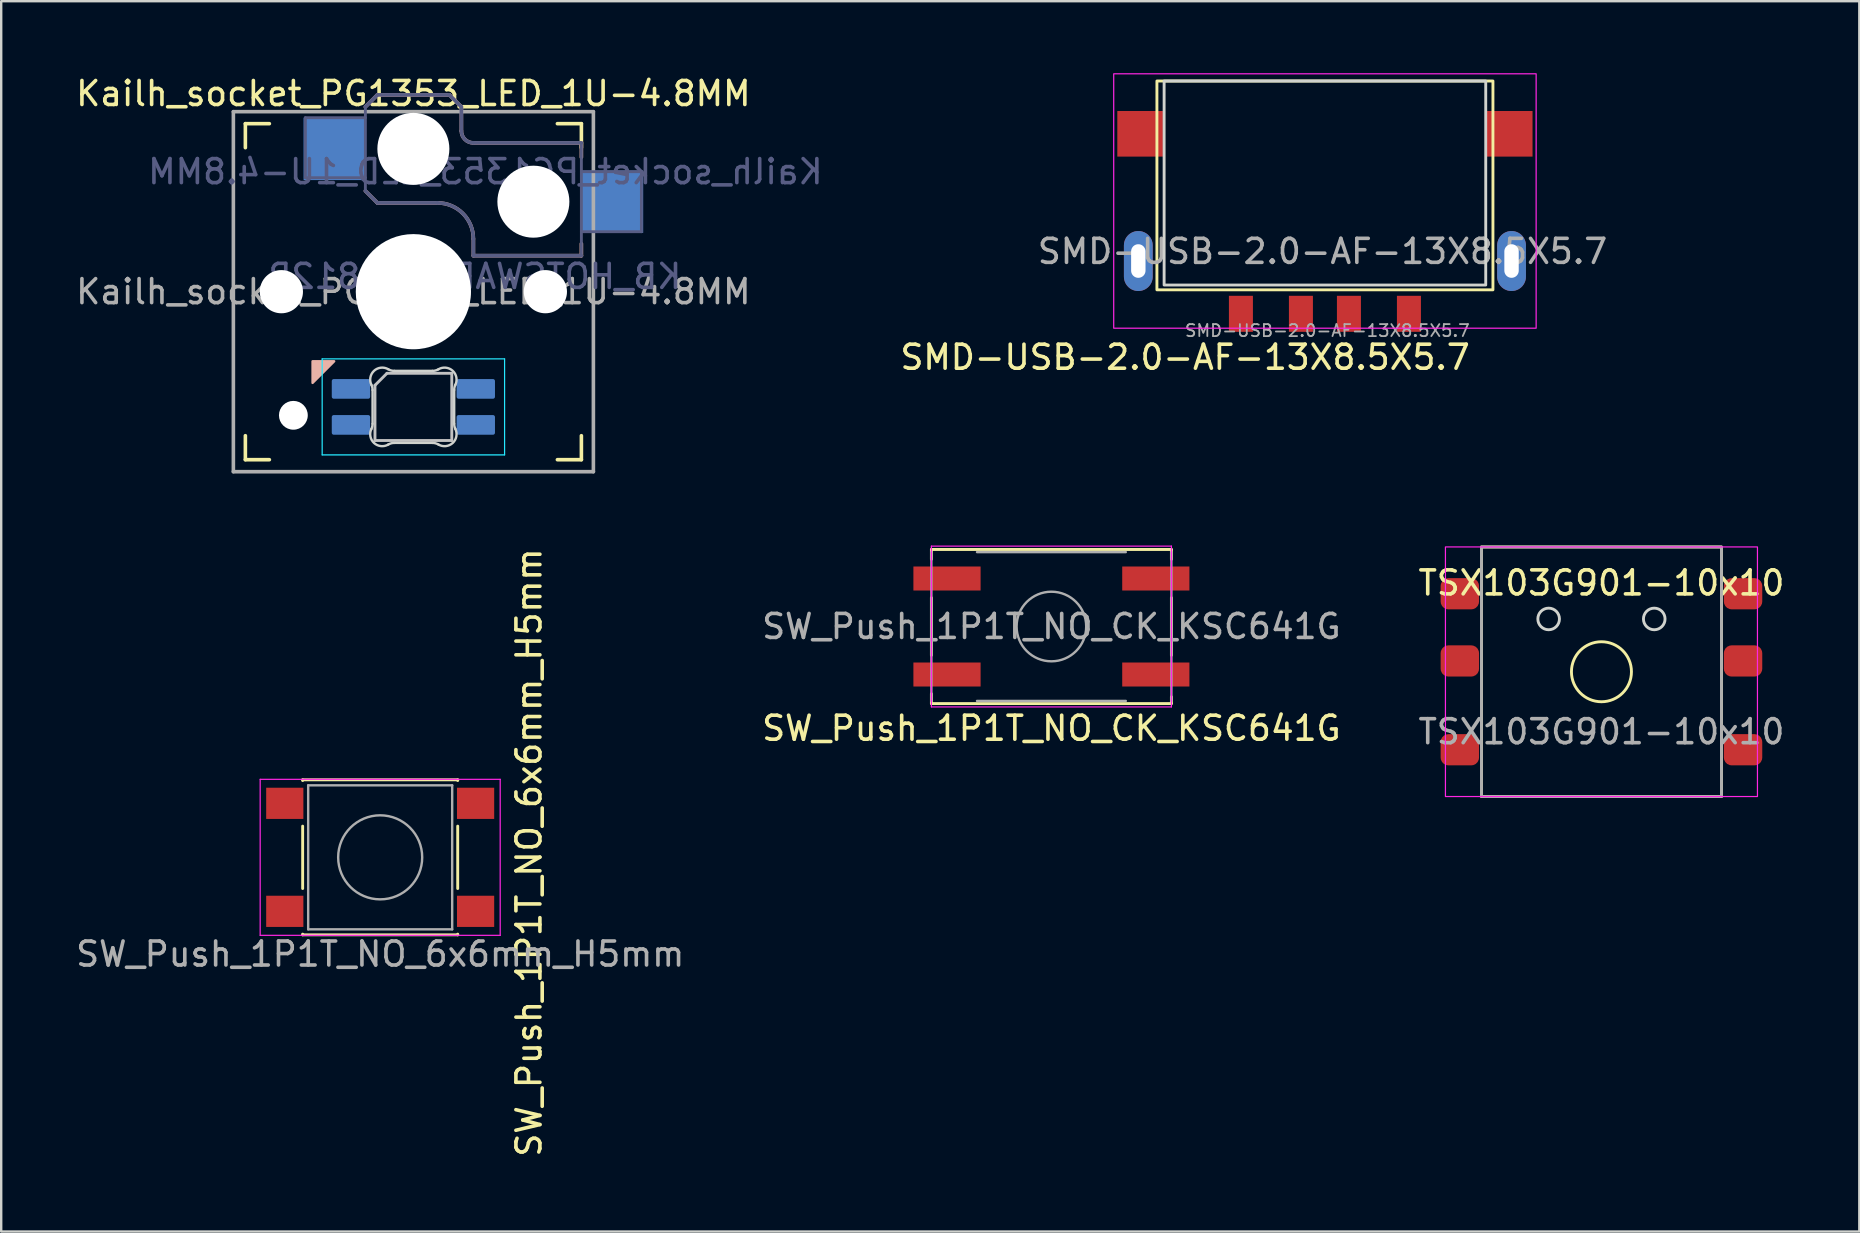
<source format=kicad_pcb>
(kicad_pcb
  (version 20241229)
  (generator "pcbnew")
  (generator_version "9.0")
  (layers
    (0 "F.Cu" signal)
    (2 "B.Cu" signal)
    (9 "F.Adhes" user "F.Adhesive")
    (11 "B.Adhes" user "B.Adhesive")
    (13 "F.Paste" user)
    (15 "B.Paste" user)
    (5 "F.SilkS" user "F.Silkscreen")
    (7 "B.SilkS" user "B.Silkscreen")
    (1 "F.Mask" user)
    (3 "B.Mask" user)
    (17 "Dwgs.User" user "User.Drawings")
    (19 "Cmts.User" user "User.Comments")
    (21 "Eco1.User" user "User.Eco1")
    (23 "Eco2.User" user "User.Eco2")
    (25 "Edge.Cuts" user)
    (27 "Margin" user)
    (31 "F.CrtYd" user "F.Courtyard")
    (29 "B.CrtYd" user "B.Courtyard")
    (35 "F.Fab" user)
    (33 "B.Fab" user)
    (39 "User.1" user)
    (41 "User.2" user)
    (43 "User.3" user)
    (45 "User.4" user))
  (footprint "Kailh_socket_PG1353_LED_1U-4.8MM"
    (layer "F.Cu")
    (at 14.173 9.103)
    (property "Reference" "Kailh_socket_PG1353_LED_1U-4.8MM" (at 0 -8.255 0) (layer "F.SilkS") (effects (font (size 1 1) (thickness 0.15))))
    (property "Value" "KB_HOTSWAP_WS2812B" (at 0 8.25 0) (layer "F.Fab") (hide yes) (effects (font (size 1 1) (thickness 0.15))))
    (attr through_hole)
    (fp_line (start -7 -6) (end -7 -7) (stroke (width 0.15) (type solid)) (layer "F.SilkS"))
    (fp_line (start -7 7) (end -7 6) (stroke (width 0.15) (type solid)) (layer "F.SilkS"))
    (fp_line (start -7 7) (end -6 7) (stroke (width 0.15) (type solid)) (layer "F.SilkS"))
    (fp_line (start -6 -7) (end -7 -7) (stroke (width 0.15) (type solid)) (layer "F.SilkS"))
    (fp_line (start 6 7) (end 7 7) (stroke (width 0.15) (type solid)) (layer "F.SilkS"))
    (fp_line (start 7 -7) (end 6 -7) (stroke (width 0.15) (type solid)) (layer "F.SilkS"))
    (fp_line (start 7 -7) (end 7 -6) (stroke (width 0.15) (type solid)) (layer "F.SilkS"))
    (fp_line (start 7 6) (end 7 7) (stroke (width 0.15) (type solid)) (layer "F.SilkS"))
    (fp_line (start -2 -7.7) (end -1.5 -8.2) (stroke (width 0.15) (type solid)) (layer "B.SilkS"))
    (fp_line (start -2 -4.2) (end -1.5 -3.7) (stroke (width 0.15) (type solid)) (layer "B.SilkS"))
    (fp_line (start -1.5 -8.2) (end 1.5 -8.2) (stroke (width 0.15) (type solid)) (layer "B.SilkS"))
    (fp_line (start -1.5 -3.7) (end 1 -3.7) (stroke (width 0.15) (type solid)) (layer "B.SilkS"))
    (fp_line (start 1.5 -8.2) (end 2 -7.7) (stroke (width 0.15) (type solid)) (layer "B.SilkS"))
    (fp_line (start 2 -6.7) (end 2 -7.7) (stroke (width 0.15) (type solid)) (layer "B.SilkS"))
    (fp_line (start 2.5 -2.2) (end 2.5 -1.5) (stroke (width 0.15) (type solid)) (layer "B.SilkS"))
    (fp_line (start 2.5 -1.5) (end 7 -1.5) (stroke (width 0.15) (type solid)) (layer "B.SilkS"))
    (fp_line (start 7 -6.2) (end 2.5 -6.2) (stroke (width 0.15) (type solid)) (layer "B.SilkS"))
    (fp_line (start 7 -5.6) (end 7 -6.2) (stroke (width 0.15) (type solid)) (layer "B.SilkS"))
    (fp_line (start 7 -1.5) (end 7 -2) (stroke (width 0.15) (type solid)) (layer "B.SilkS"))
    (fp_arc (start 1 -3.7) (mid 2.06066 -3.26066) (end 2.5 -2.2) (stroke (width 0.15) (type solid)) (layer "B.SilkS"))
    (fp_arc (start 2.5 -6.2) (mid 2.146447 -6.346447) (end 2 -6.7) (stroke (width 0.15) (type solid)) (layer "B.SilkS"))
    (fp_poly (pts (xy -4.2 3.8) (xy -3.3 2.9) (xy -4.2 2.9)) (stroke (width 0.1) (type solid)) (fill yes) (layer "B.SilkS"))
    (fp_line (start -1.6 3.9) (end -1.6 6.2) (stroke (width 0.12) (type solid)) (layer "Dwgs.User"))
    (fp_line (start -1.6 3.9) (end -1.1 3.4) (stroke (width 0.12) (type solid)) (layer "Dwgs.User"))
    (fp_line (start -1.6 6.2) (end 1.6 6.2) (stroke (width 0.12) (type solid)) (layer "Dwgs.User"))
    (fp_line (start 1.6 3.4) (end -1.1 3.4) (stroke (width 0.12) (type solid)) (layer "Dwgs.User"))
    (fp_line (start 1.6 6.2) (end 1.6 3.4) (stroke (width 0.12) (type solid)) (layer "Dwgs.User"))
    (fp_line (start -6.9 6.9) (end -6.9 -6.9) (stroke (width 0.15) (type solid)) (layer "Eco2.User"))
    (fp_line (start -6.9 6.9) (end 6.9 6.9) (stroke (width 0.15) (type solid)) (layer "Eco2.User"))
    (fp_line (start -2.6 -3.1) (end -2.6 -6.3) (stroke (width 0.15) (type solid)) (layer "Eco2.User"))
    (fp_line (start -2.6 -3.1) (end 2.6 -3.1) (stroke (width 0.15) (type solid)) (layer "Eco2.User"))
    (fp_line (start 2.6 -6.3) (end -2.6 -6.3) (stroke (width 0.15) (type solid)) (layer "Eco2.User"))
    (fp_line (start 2.6 -3.1) (end 2.6 -6.3) (stroke (width 0.15) (type solid)) (layer "Eco2.User"))
    (fp_line (start 6.9 -6.9) (end -6.9 -6.9) (stroke (width 0.15) (type solid)) (layer "Eco2.User"))
    (fp_line (start 6.9 -6.9) (end 6.9 6.9) (stroke (width 0.15) (type solid)) (layer "Eco2.User"))
    (fp_line (start -1.7 5.503) (end -1.7 4.097) (stroke (width 0.1) (type solid)) (layer "Edge.Cuts"))
    (fp_line (start -0.794 3.3) (end 0.794 3.3) (stroke (width 0.1) (type solid)) (layer "Edge.Cuts"))
    (fp_line (start 0.794 6.3) (end -0.794 6.3) (stroke (width 0.1) (type solid)) (layer "Edge.Cuts"))
    (fp_line (start 1.7 4.097) (end 1.7 5.503) (stroke (width 0.1) (type solid)) (layer "Edge.Cuts"))
    (fp_arc (start -1.749484 3.88028) (mid -1.712528 3.985932) (end -1.699999 4.097158) (stroke (width 0.1) (type solid)) (layer "Edge.Cuts"))
    (fp_arc (start -1.749484 3.880281) (mid -1.63807 3.295967) (end -1.046711 3.231701) (stroke (width 0.1) (type solid)) (layer "Edge.Cuts"))
    (fp_arc (start -1.699999 5.502843) (mid -1.712527 5.614068) (end -1.749484 5.71972) (stroke (width 0.1) (type solid)) (layer "Edge.Cuts"))
    (fp_arc (start -1.046711 6.368298) (mid -1.638074 6.304038) (end -1.749484 5.71972) (stroke (width 0.1) (type solid)) (layer "Edge.Cuts"))
    (fp_arc (start -1.046711 6.368298) (mid -0.925124 6.317371) (end -0.794453 6.299999) (stroke (width 0.1) (type solid)) (layer "Edge.Cuts"))
    (fp_arc (start -0.794452 3.3) (mid -0.92512 3.282615) (end -1.046711 3.231701) (stroke (width 0.1) (type solid)) (layer "Edge.Cuts"))
    (fp_arc (start 0.794453 6.3) (mid 0.925124 6.317371) (end 1.046711 6.368299) (stroke (width 0.1) (type solid)) (layer "Edge.Cuts"))
    (fp_arc (start 1.04671 3.231701) (mid 0.925122 3.282623) (end 0.794452 3.3) (stroke (width 0.1) (type solid)) (layer "Edge.Cuts"))
    (fp_arc (start 1.046711 3.231703) (mid 1.638077 3.295958) (end 1.749484 3.88028) (stroke (width 0.1) (type solid)) (layer "Edge.Cuts"))
    (fp_arc (start 1.699999 4.097157) (mid 1.71252 3.985929) (end 1.749484 3.88028) (stroke (width 0.1) (type solid)) (layer "Edge.Cuts"))
    (fp_arc (start 1.749484 5.71972) (mid 1.638075 6.30404) (end 1.046711 6.368299) (stroke (width 0.1) (type solid)) (layer "Edge.Cuts"))
    (fp_arc (start 1.749484 5.71972) (mid 1.712509 5.614072) (end 1.699999 5.502842) (stroke (width 0.1) (type solid)) (layer "Edge.Cuts"))
    (fp_line (start -3.8 2.8) (end -3.8 6.8) (stroke (width 0.05) (type solid)) (layer "B.CrtYd"))
    (fp_line (start -3.8 6.8) (end 3.8 6.8) (stroke (width 0.05) (type solid)) (layer "B.CrtYd"))
    (fp_line (start 3.8 2.8) (end -3.8 2.8) (stroke (width 0.05) (type solid)) (layer "B.CrtYd"))
    (fp_line (start 3.8 6.8) (end 3.8 2.8) (stroke (width 0.05) (type solid)) (layer "B.CrtYd"))
    (fp_line (start -4.5 -7.25) (end -2 -7.25) (stroke (width 0.12) (type solid)) (layer "B.Fab"))
    (fp_line (start -4.5 -4.75) (end -4.5 -7.25) (stroke (width 0.12) (type solid)) (layer "B.Fab"))
    (fp_line (start -2 -7.7) (end -1.5 -8.2) (stroke (width 0.15) (type solid)) (layer "B.Fab"))
    (fp_line (start -2 -4.75) (end -4.5 -4.75) (stroke (width 0.12) (type solid)) (layer "B.Fab"))
    (fp_line (start -2 -4.25) (end -2 -7.7) (stroke (width 0.12) (type solid)) (layer "B.Fab"))
    (fp_line (start -2 -4.2) (end -1.5 -3.7) (stroke (width 0.15) (type solid)) (layer "B.Fab"))
    (fp_line (start -1.5 -8.2) (end 1.5 -8.2) (stroke (width 0.15) (type solid)) (layer "B.Fab"))
    (fp_line (start -1.5 -3.7) (end 1 -3.7) (stroke (width 0.15) (type solid)) (layer "B.Fab"))
    (fp_line (start 1.5 -8.2) (end 2 -7.7) (stroke (width 0.15) (type solid)) (layer "B.Fab"))
    (fp_line (start 2 -6.7) (end 2 -7.7) (stroke (width 0.15) (type solid)) (layer "B.Fab"))
    (fp_line (start 2.5 -2.2) (end 2.5 -1.5) (stroke (width 0.15) (type solid)) (layer "B.Fab"))
    (fp_line (start 2.5 -1.5) (end 7 -1.5) (stroke (width 0.15) (type solid)) (layer "B.Fab"))
    (fp_line (start 7 -6.2) (end 2.5 -6.2) (stroke (width 0.15) (type solid)) (layer "B.Fab"))
    (fp_line (start 7 -5) (end 9.5 -5) (stroke (width 0.12) (type solid)) (layer "B.Fab"))
    (fp_line (start 7 -1.5) (end 7 -6.2) (stroke (width 0.12) (type solid)) (layer "B.Fab"))
    (fp_line (start 9.5 -5) (end 9.5 -2.5) (stroke (width 0.12) (type solid)) (layer "B.Fab"))
    (fp_line (start 9.5 -2.5) (end 7 -2.5) (stroke (width 0.12) (type solid)) (layer "B.Fab"))
    (fp_arc (start 1 -3.7) (mid 2.06066 -3.26066) (end 2.5 -2.2) (stroke (width 0.15) (type solid)) (layer "B.Fab"))
    (fp_arc (start 2.5 -6.2) (mid 2.146447 -6.346447) (end 2 -6.7) (stroke (width 0.15) (type solid)) (layer "B.Fab"))
    (fp_line (start -7.5 -7.5) (end 7.5 -7.5) (stroke (width 0.15) (type solid)) (layer "F.Fab"))
    (fp_line (start -7.5 7.5) (end -7.5 -7.5) (stroke (width 0.15) (type solid)) (layer "F.Fab"))
    (fp_line (start 7.5 -7.5) (end 7.5 7.5) (stroke (width 0.15) (type solid)) (layer "F.Fab"))
    (fp_line (start 7.5 7.5) (end -7.5 7.5) (stroke (width 0.15) (type solid)) (layer "F.Fab"))
    (fp_text user "${REFERENCE}" (at 3 -5 0) (layer "B.Fab") (effects (font (size 1 1) (thickness 0.15)) (justify mirror)))
    (fp_text user "${VALUE}" (at 2.54 -0.635 0) (layer "B.Fab") (effects (font (size 1 1) (thickness 0.15)) (justify mirror)))
    (fp_text user "${REFERENCE}" (at 0 0 0) (layer "F.Fab") (effects (font (size 1 1) (thickness 0.15))))
    (pad "" np_thru_hole circle (at -5.5 0) (size 1.8 1.8) (drill 1.8) (layers "*.Cu" "*.Mask"))
    (pad "" np_thru_hole circle (at -5 5.15) (size 1.2 1.2) (drill 1.2) (layers "*.Cu" "*.Mask"))
    (pad "" np_thru_hole circle (at 0 -5.95) (size 3 3) (drill 3) (layers "*.Cu" "*.Mask"))
    (pad "" np_thru_hole circle (at 0 0) (size 4.8 4.8) (drill 4.8) (layers "*.Cu" "*.Mask"))
    (pad "" np_thru_hole circle (at 5 -3.75) (size 3 3) (drill 3) (layers "*.Cu" "*.Mask"))
    (pad "" np_thru_hole circle (at 5.5 0) (size 1.8 1.8) (drill 1.8) (layers "*.Cu" "*.Mask"))
    (pad "1" smd roundrect (at 2.6 5.55 90) (size 0.82 1.6) (layers "B.Cu" "B.Mask" "B.Paste") (roundrect_rratio 0.1))
    (pad "2" smd roundrect (at 2.6 4.05 90) (size 0.82 1.6) (layers "B.Cu" "B.Mask" "B.Paste") (roundrect_rratio 0.1))
    (pad "3" smd roundrect (at -2.6 4.05 90) (size 0.82 1.6) (layers "B.Cu" "B.Mask" "B.Paste") (roundrect_rratio 0.1))
    (pad "4" smd roundrect (at -2.6 5.55 90) (size 0.82 1.6) (layers "B.Cu" "B.Mask" "B.Paste") (roundrect_rratio 0.1))
    (pad "A" smd rect (at -3.275 -5.95) (size 2.6 2.6) (layers "B.Cu" "B.Mask" "B.Paste"))
    (pad "B" smd rect (at 8.275 -3.75) (size 2.6 2.6) (layers "B.Cu" "B.Mask" "B.Paste")))
  (footprint "SW_Push_1P1T_NO_CK_KSC641G"
    (layer "F.Cu")
    (at 40.756 23.053)
    (property "Reference" "SW_Push_1P1T_NO_CK_KSC641G" (at 0 4.24 0) (layer "F.SilkS") (effects (font (size 1 1) (thickness 0.15))))
    (attr smd)
    (fp_line (start -5 -3.21) (end -5 -2.8) (stroke (width 0.12) (type solid)) (layer "F.SilkS"))
    (fp_line (start -5 -1.2) (end -5 1.2) (stroke (width 0.12) (type solid)) (layer "F.SilkS"))
    (fp_line (start -5 2.8) (end -5 3.21) (stroke (width 0.12) (type solid)) (layer "F.SilkS"))
    (fp_line (start -5 3.21) (end 5 3.21) (stroke (width 0.12) (type solid)) (layer "F.SilkS"))
    (fp_line (start 5 -3.21) (end -5 -3.21) (stroke (width 0.12) (type solid)) (layer "F.SilkS"))
    (fp_line (start 5 -2.8) (end 5 -3.21) (stroke (width 0.12) (type solid)) (layer "F.SilkS"))
    (fp_line (start 5 1.2) (end 5 -1.2) (stroke (width 0.12) (type solid)) (layer "F.SilkS"))
    (fp_line (start 5 3.21) (end 5 2.93) (stroke (width 0.12) (type solid)) (layer "F.SilkS"))
    (fp_line (start -5 -3.35) (end 5 -3.35) (stroke (width 0.05) (type solid)) (layer "F.CrtYd"))
    (fp_line (start -5 3.35) (end -5 -3.35) (stroke (width 0.05) (type solid)) (layer "F.CrtYd"))
    (fp_line (start 5 -3.35) (end 5 3.35) (stroke (width 0.05) (type solid)) (layer "F.CrtYd"))
    (fp_line (start 5 3.35) (end -5 3.35) (stroke (width 0.05) (type solid)) (layer "F.CrtYd"))
    (fp_line (start -5 3.1) (end -5 -3.1) (stroke (width 0.1) (type solid)) (layer "F.Fab"))
    (fp_line (start -3.1 -3.1) (end 3.1 -3.1) (stroke (width 0.1) (type solid)) (layer "F.Fab"))
    (fp_line (start 3.1 3.1) (end -3.1 3.1) (stroke (width 0.1) (type solid)) (layer "F.Fab"))
    (fp_line (start 5 -3.1) (end 5 3.1) (stroke (width 0.1) (type solid)) (layer "F.Fab"))
    (fp_circle (center 0 0) (end 1.45 0) (stroke (width 0.1) (type solid)) (fill no) (layer "F.Fab"))
    (fp_text user "${REFERENCE}" (at 0 0 0) (layer "F.Fab") (effects (font (size 1 1) (thickness 0.15))))
    (pad "1" smd rect (at -4.35 -2) (size 2.8 1) (layers "F.Cu" "F.Mask" "F.Paste"))
    (pad "1" smd rect (at 4.35 -2) (size 2.8 1) (layers "F.Cu" "F.Mask" "F.Paste"))
    (pad "2" smd rect (at -4.35 2) (size 2.8 1) (layers "F.Cu" "F.Mask" "F.Paste"))
    (pad "2" smd rect (at 4.35 2) (size 2.8 1) (layers "F.Cu" "F.Mask" "F.Paste")))
  (footprint "TSX103G901-10x10"
    (layer "F.Cu")
    (at 63.673 24.938)
    (property "Reference" "TSX103G901-10x10" (at 0 -3.7 0) (unlocked yes) (layer "F.SilkS") (effects (font (size 1 1) (thickness 0.15))))
    (attr smd)
    (fp_rect (start -5 -5.2) (end 5 5.2) (stroke (width 0.12) (type default)) (fill no) (layer "F.SilkS"))
    (fp_circle (center 0 0) (end 1.25 0) (stroke (width 0.12) (type default)) (fill no) (layer "F.SilkS"))
    (fp_circle (center -2.2 -2.2) (end -1.75 -2.2) (stroke (width 0.12) (type default)) (fill no) (layer "Edge.Cuts"))
    (fp_circle (center 2.2 -2.2) (end 2.65 -2.2) (stroke (width 0.12) (type default)) (fill no) (layer "Edge.Cuts"))
    (fp_rect (start -6.5 -5.2) (end 6.5 5.2) (stroke (width 0.05) (type default)) (fill no) (layer "F.CrtYd"))
    (fp_rect (start -5 -5.2) (end 5 5.2) (stroke (width 0.12) (type default)) (fill no) (layer "F.Fab"))
    (fp_text user "${REFERENCE}" (at 0 2.5 0) (unlocked yes) (layer "F.Fab") (effects (font (size 1 1) (thickness 0.15))))
    (pad "1" smd roundrect (at -5.9 -3.25 90) (size 1.3 1.6) (layers "F.Cu" "F.Mask" "F.Paste") (roundrect_rratio 0.25))
    (pad "2" smd roundrect (at -5.9 -0.45 90) (size 1.3 1.6) (layers "F.Cu" "F.Mask" "F.Paste") (roundrect_rratio 0.25))
    (pad "3" smd roundrect (at -5.9 3.25 90) (size 1.3 1.6) (layers "F.Cu" "F.Mask" "F.Paste") (roundrect_rratio 0.25))
    (pad "4" smd roundrect (at 5.9 -3.25 90) (size 1.3 1.6) (layers "F.Cu" "F.Mask" "F.Paste") (roundrect_rratio 0.25))
    (pad "5" smd roundrect (at 5.9 -0.45 90) (size 1.3 1.6) (layers "F.Cu" "F.Mask" "F.Paste") (roundrect_rratio 0.25))
    (pad "6" smd roundrect (at 5.9 3.25 90) (size 1.3 1.6) (layers "F.Cu" "F.Mask" "F.Paste") (roundrect_rratio 0.25)))
  (footprint "SW_Push_1P1T_NO_6x6mm_H5mm"
    (layer "F.Cu")
    (at 12.79 32.67)
    (property "Reference" "SW_Push_1P1T_NO_6x6mm_H5mm" (at 6.2 -0.2 90) (layer "F.SilkS") (effects (font (size 1 1) (thickness 0.15))))
    (attr smd)
    (fp_line (start -3.23 -3.23) (end -3.23 -3.2) (stroke (width 0.12) (type solid)) (layer "F.SilkS"))
    (fp_line (start -3.23 1.3) (end -3.23 -1.3) (stroke (width 0.12) (type solid)) (layer "F.SilkS"))
    (fp_line (start -3.23 3.2) (end -3.23 3.23) (stroke (width 0.12) (type solid)) (layer "F.SilkS"))
    (fp_line (start 3.23 -3.23) (end -3.23 -3.23) (stroke (width 0.12) (type solid)) (layer "F.SilkS"))
    (fp_line (start 3.23 -3.2) (end 3.23 -3.23) (stroke (width 0.12) (type solid)) (layer "F.SilkS"))
    (fp_line (start 3.23 1.3) (end 3.23 -1.3) (stroke (width 0.12) (type solid)) (layer "F.SilkS"))
    (fp_line (start 3.23 3.2) (end 3.23 3.23) (stroke (width 0.12) (type solid)) (layer "F.SilkS"))
    (fp_line (start 3.23 3.23) (end -3.23 3.23) (stroke (width 0.12) (type solid)) (layer "F.SilkS"))
    (fp_line (start -5 3.25) (end -5 -3.25) (stroke (width 0.05) (type solid)) (layer "F.CrtYd"))
    (fp_line (start 5 -3.25) (end -5 -3.25) (stroke (width 0.05) (type solid)) (layer "F.CrtYd"))
    (fp_line (start 5 -3.25) (end 5 3.25) (stroke (width 0.05) (type solid)) (layer "F.CrtYd"))
    (fp_line (start 5 3.25) (end -5 3.25) (stroke (width 0.05) (type solid)) (layer "F.CrtYd"))
    (fp_line (start -3 -3) (end 3 -3) (stroke (width 0.1) (type solid)) (layer "F.Fab"))
    (fp_line (start -3 3) (end -3 -3) (stroke (width 0.1) (type solid)) (layer "F.Fab"))
    (fp_line (start 3 -3) (end 3 3) (stroke (width 0.1) (type solid)) (layer "F.Fab"))
    (fp_line (start 3 3) (end -3 3) (stroke (width 0.1) (type solid)) (layer "F.Fab"))
    (fp_circle (center 0 0) (end 1.75 -0.05) (stroke (width 0.1) (type solid)) (fill no) (layer "F.Fab"))
    (fp_text user "${REFERENCE}" (at 0.002 4.03 0) (layer "F.Fab") (effects (font (size 1 1) (thickness 0.15))))
    (pad "1" smd rect (at -3.975 -2.25) (size 1.55 1.3) (layers "F.Cu" "F.Mask" "F.Paste"))
    (pad "1" smd rect (at 3.975 -2.25) (size 1.55 1.3) (layers "F.Cu" "F.Mask" "F.Paste"))
    (pad "2" smd rect (at -3.975 2.25) (size 1.55 1.3) (layers "F.Cu" "F.Mask" "F.Paste"))
    (pad "2" smd rect (at 3.975 2.25) (size 1.55 1.3) (layers "F.Cu" "F.Mask" "F.Paste")))
  (footprint "SMD-USB-2.0-AF-13X8.5X5.7"
    (layer "F.Cu")
    (at 52.152 7.825)
    (property "Reference" "SMD-USB-2.0-AF-13X8.5X5.7" (at -5.825 4.01 0) (layer "F.SilkS") (effects (font (size 1 1) (thickness 0.15))))
    (attr smd)
    (fp_rect (start 7 -7.5) (end -7 1.2) (stroke (width 0.12) (type default)) (fill no) (layer "F.SilkS"))
    (fp_rect (start 6.7 1) (end -6.7 -7.5) (stroke (width 0.12) (type default)) (fill no) (layer "Edge.Cuts"))
    (fp_rect (start 8.8 2.8) (end -8.8 -7.8) (stroke (width 0.05) (type default)) (fill no) (layer "F.CrtYd"))
    (fp_text user "${REFERENCE}" (at 0.1 2.9 0) (layer "F.Fab") (effects (font (size 0.5 0.5) (thickness 0.075))))
    (fp_text user "${REFERENCE}" (at -0.1 -0.4 0) (unlocked yes) (layer "F.Fab") (effects (font (size 1 1) (thickness 0.15))))
    (pad "1" smd rect (at 3.5 2.2 90) (size 1.5 1) (layers "F.Cu" "F.Mask" "F.Paste"))
    (pad "2" smd rect (at 1 2.2 90) (size 1.5 1) (layers "F.Cu" "F.Mask" "F.Paste"))
    (pad "3" smd rect (at -1 2.2 90) (size 1.5 1) (layers "F.Cu" "F.Mask" "F.Paste"))
    (pad "4" smd rect (at -3.5 2.2 90) (size 1.5 1) (layers "F.Cu" "F.Mask" "F.Paste"))
    (pad "5" thru_hole oval (at -7.775 0 90) (size 2.5 1.2) (drill oval 1.4 0.6) (layers "*.Cu" "*.Mask"))
    (pad "5" smd rect (at -7.7 -5.3) (size 1.9 1.9) (layers "F.Cu" "F.Mask" "F.Paste"))
    (pad "5" smd rect (at 7.7 -5.3) (size 1.9 1.9) (layers "F.Cu" "F.Mask" "F.Paste"))
    (pad "5" thru_hole oval (at 7.775 0 90) (size 2.5 1.2) (drill oval 1.4 0.6) (layers "*.Cu" "*.Mask")))
  (gr_rect
    (start -3 -3)
    (end 74.417 48.262)
    (stroke (width 0.1) (type default))
    (fill no)
    (layer "Edge.Cuts")))
</source>
